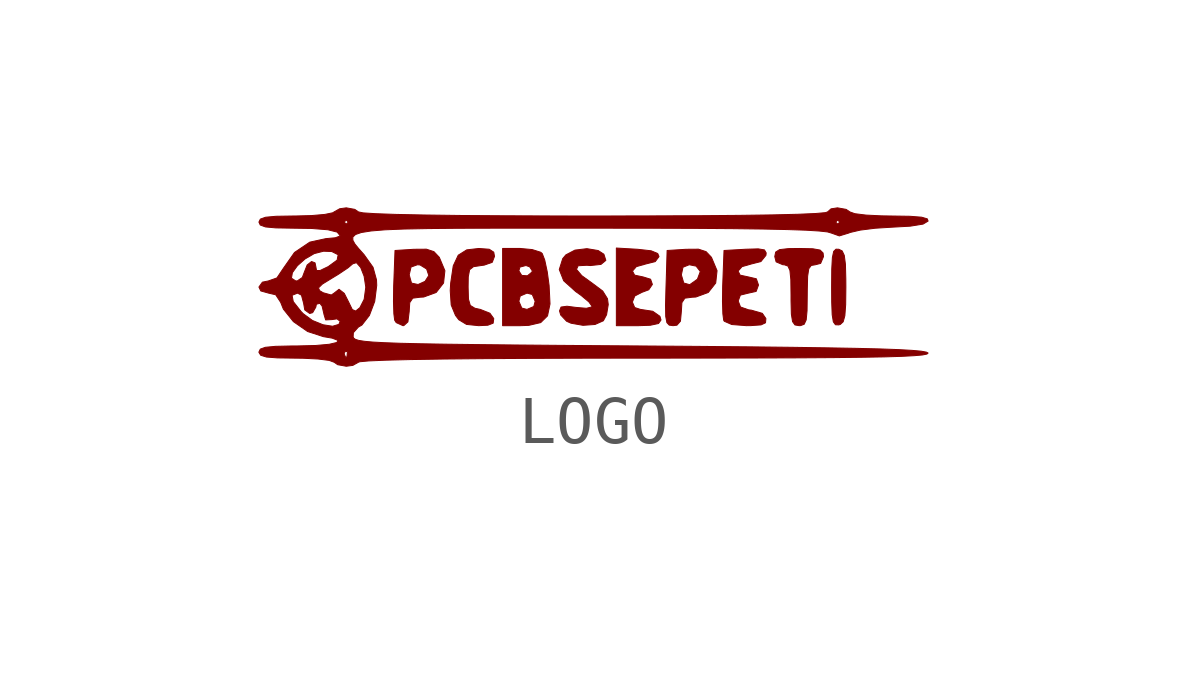
<source format=kicad_sym>
(kicad_symbol_lib
  (version 20210619)
  (generator bitmap2component)
  (symbol "LOGO"
    (pin_names
      (offset 1.016))
    (property "Reference" "#G"
      (at 0 6.816 0)
      (effects (font (size 1.27 1.27)) hide))
    (symbol "LOGO_0_0"
      (polyline (pts (xy -4.985 -1.675) (xy -4.868 -1.609) (xy -4.839 -1.599) (xy -4.654 -1.582) (xy -4.305 -1.567) (xy -3.793 -1.554) (xy -3.121 -1.543) (xy -2.291 -1.535) (xy -1.308 -1.529) (xy -0.172 -1.525) (xy 1.113 -1.524) (xy 1.263 -1.524) (xy 2.43 -1.523) (xy 3.438 -1.521) (xy 4.298 -1.518) (xy 5.02 -1.513) (xy 5.612 -1.506) (xy 6.085 -1.498) (xy 6.449 -1.487) (xy 6.713 -1.473) (xy 6.888 -1.458) (xy 6.982 -1.439) (xy 7.006 -1.418) (xy 6.972 -1.399) (xy 6.863 -1.379) (xy 6.672 -1.362) (xy 6.389 -1.346) (xy 6.004 -1.332) (xy 5.506 -1.32) (xy 4.888 -1.309) (xy 4.139 -1.298) (xy 3.249 -1.288) (xy 2.21 -1.279) (xy 1.01 -1.27) (xy 0.291 -1.265) (xy -0.762 -1.257) (xy -1.665 -1.249) (xy -2.429 -1.241) (xy -3.065 -1.233) (xy -3.585 -1.224) (xy -4.002 -1.214) (xy -4.326 -1.202) (xy -4.569 -1.189) (xy -4.743 -1.173) (xy -4.859 -1.155) (xy -4.93 -1.133) (xy -4.966 -1.108) (xy -4.979 -1.079) (xy -4.974 -0.993) (xy -4.871 -0.878) (xy -4.796 -0.834) (xy -4.64 -0.634) (xy -4.529 -0.341) (xy -4.487 -0.007) (xy -4.492 0.108) (xy -4.564 0.37) (xy -4.75 0.632) (xy -4.763 0.647) (xy -4.863 0.759) (xy -4.941 0.854) (xy -4.985 0.934) (xy -4.985 1) (xy -4.929 1.053) (xy -4.807 1.095) (xy -4.605 1.127) (xy -4.314 1.151) (xy -3.922 1.167) (xy -3.417 1.177) (xy -2.788 1.183) (xy -2.023 1.185) (xy -1.113 1.185) (xy -0.044 1.185) (xy 0.174 1.185) (xy 1.252 1.184) (xy 2.172 1.181) (xy 2.943 1.175) (xy 3.576 1.167) (xy 4.079 1.156) (xy 4.463 1.143) (xy 4.736 1.126) (xy 4.909 1.107) (xy 4.991 1.083) (xy 5.156 1.024) (xy 5.35 1.083) (xy 5.382 1.096) (xy 5.593 1.145) (xy 5.903 1.184) (xy 6.258 1.206) (xy 6.633 1.227) (xy 6.901 1.27) (xy 7.006 1.333) (xy 6.99 1.379) (xy 6.872 1.414) (xy 6.628 1.433) (xy 6.235 1.439) (xy 6.035 1.442) (xy 5.712 1.458) (xy 5.479 1.487) (xy 5.376 1.524) (xy 5.297 1.577) (xy 5.117 1.609) (xy 4.983 1.588) (xy 4.911 1.524) (xy 4.868 1.509) (xy 4.665 1.491) (xy 4.296 1.475) (xy 3.764 1.462) (xy 3.071 1.452) (xy 2.219 1.445) (xy 1.21 1.441) (xy 0.047 1.439) (xy -0.832 1.44) (xy -1.87 1.444) (xy -2.76 1.45) (xy -3.499 1.46) (xy -4.083 1.472) (xy -4.508 1.487) (xy -4.771 1.504) (xy -4.868 1.524) (xy -4.945 1.577) (xy -5.122 1.609) (xy -5.259 1.59) (xy -5.376 1.524) (xy -5.404 1.506) (xy -5.569 1.472) (xy -5.843 1.448) (xy -6.186 1.439) (xy -6.234 1.439) (xy -6.587 1.433) (xy -6.804 1.413) (xy -6.913 1.374) (xy -6.943 1.312) (xy -5.165 1.312) (xy -5.122 1.355) (xy -5.08 1.312) (xy 5.08 1.312) (xy 5.122 1.355) (xy 5.165 1.312) (xy 5.122 1.27) (xy 5.08 1.312) (xy -5.08 1.312) (xy -5.122 1.27) (xy -5.165 1.312) (xy -6.943 1.312) (xy -6.915 1.251) (xy -6.806 1.211) (xy -6.588 1.191) (xy -6.23 1.185) (xy -5.842 1.179) (xy -5.504 1.152) (xy -5.311 1.103) (xy -5.25 1.028) (xy -5.252 1.021) (xy -5.351 0.985) (xy -5.548 0.967) (xy -5.882 0.894) (xy -6.201 0.679) (xy -6.429 0.354) (xy -6.567 0.149) (xy -6.582 0.143) (xy -6.265 0.143) (xy -6.245 0.258) (xy -6.141 0.402) (xy -5.981 0.544) (xy -5.79 0.655) (xy -5.596 0.705) (xy -5.424 0.698) (xy -5.291 0.631) (xy -5.313 0.519) (xy -5.498 0.384) (xy -5.668 0.303) (xy -5.742 0.302) (xy -5.757 0.386) (xy -5.773 0.462) (xy -5.846 0.49) (xy -5.937 0.418) (xy -5.996 0.269) (xy -6.038 0.157) (xy -6.144 0.085) (xy -6.176 0.086) (xy -6.265 0.143) (xy -6.582 0.143) (xy -6.746 0.085) (xy -6.87 0.06) (xy -6.943 -0.042) (xy -6.934 -0.06) (xy -5.702 -0.06) (xy -5.62 0.02) (xy -5.408 0.15) (xy -5.277 0.23) (xy -5.085 0.359) (xy -4.988 0.442) (xy -4.91 0.466) (xy -4.822 0.366) (xy -4.75 0.183) (xy -4.716 -0.041) (xy -4.716 -0.051) (xy -4.749 -0.297) (xy -4.839 -0.473) (xy -4.926 -0.542) (xy -4.996 -0.512) (xy -5.078 -0.344) (xy -5.164 -0.174) (xy -5.273 -0.089) (xy -5.377 -0.17) (xy -5.434 -0.208) (xy -5.603 -0.161) (xy -5.676 -0.118) (xy -5.702 -0.06) (xy -6.934 -0.06) (xy -6.904 -0.123) (xy -6.74 -0.169) (xy -6.593 -0.203) (xy -6.586 -0.214) (xy -6.252 -0.214) (xy -6.138 -0.169) (xy -6.056 -0.211) (xy -6.011 -0.381) (xy -5.987 -0.519) (xy -5.884 -0.593) (xy -5.823 -0.576) (xy -5.757 -0.461) (xy -5.745 -0.4) (xy -5.673 -0.381) (xy -5.626 -0.439) (xy -5.588 -0.603) (xy -5.588 -0.607) (xy -5.552 -0.727) (xy -5.419 -0.72) (xy -5.315 -0.705) (xy -5.249 -0.756) (xy -5.276 -0.82) (xy -5.407 -0.859) (xy -5.607 -0.828) (xy -5.827 -0.739) (xy -6.018 -0.599) (xy -6.064 -0.552) (xy -6.227 -0.345) (xy -6.252 -0.214) (xy -6.586 -0.214) (xy -6.489 -0.362) (xy -6.433 -0.502) (xy -6.224 -0.763) (xy -5.928 -0.969) (xy -5.599 -1.076) (xy -5.416 -1.107) (xy -5.294 -1.154) (xy -5.319 -1.198) (xy -5.478 -1.235) (xy -5.757 -1.26) (xy -6.143 -1.27) (xy -6.253 -1.27) (xy -6.597 -1.278) (xy -6.808 -1.298) (xy -6.914 -1.336) (xy -6.943 -1.397) (xy -6.942 -1.405) (xy -6.921 -1.439) (xy -5.165 -1.439) (xy -5.159 -1.395) (xy -5.108 -1.383) (xy -5.098 -1.395) (xy -5.108 -1.496) (xy -5.134 -1.509) (xy -5.165 -1.439) (xy -6.921 -1.439) (xy -6.905 -1.464) (xy -6.786 -1.501) (xy -6.556 -1.519) (xy -6.186 -1.524) (xy -6.027 -1.526) (xy -5.71 -1.542) (xy -5.479 -1.571) (xy -5.376 -1.609) (xy -5.3 -1.661) (xy -5.122 -1.693) (xy -4.985 -1.675)) (stroke (width 0.01)) (fill (type outline)))
      (polyline (pts (xy -3.923 -0.846) (xy -3.837 -0.768) (xy -3.81 -0.55) (xy -3.799 -0.367) (xy -3.736 -0.274) (xy -3.584 -0.254) (xy -3.508 -0.25) (xy -3.247 -0.154) (xy -3.094 0.042) (xy -3.066 0.299) (xy -3.183 0.578) (xy -3.295 0.696) (xy -3.451 0.747) (xy -3.712 0.745) (xy -4.106 0.72) (xy -4.125 0.212) (xy -3.81 0.212) (xy -3.772 0.375) (xy -3.638 0.423) (xy -3.583 0.418) (xy -3.447 0.334) (xy -3.402 0.199) (xy -3.48 0.077) (xy -3.625 0.011) (xy -3.762 0.04) (xy -3.81 0.212) (xy -4.125 0.212) (xy -4.131 0.05) (xy -4.134 -0.022) (xy -4.138 -0.345) (xy -4.13 -0.599) (xy -4.113 -0.733) (xy -4.081 -0.783) (xy -3.94 -0.847) (xy -3.923 -0.846)) (stroke (width 0.01)) (fill (type outline)))
      (polyline (pts (xy -2.171 -0.838) (xy -2.06 -0.795) (xy -2.048 -0.699) (xy -2.128 -0.588) (xy -2.329 -0.508) (xy -2.441 -0.484) (xy -2.537 -0.425) (xy -2.575 -0.294) (xy -2.582 -0.042) (xy -2.579 0.17) (xy -2.551 0.319) (xy -2.47 0.383) (xy -2.307 0.407) (xy -2.247 0.415) (xy -2.079 0.474) (xy -2.032 0.598) (xy -2.048 0.685) (xy -2.142 0.746) (xy -2.36 0.762) (xy -2.611 0.733) (xy -2.788 0.622) (xy -2.892 0.4) (xy -2.946 0.038) (xy -2.955 -0.115) (xy -2.935 -0.416) (xy -2.845 -0.634) (xy -2.776 -0.724) (xy -2.616 -0.821) (xy -2.362 -0.847) (xy -2.171 -0.838)) (stroke (width 0.01)) (fill (type outline)))
      (polyline (pts (xy -1.319 -0.841) (xy -1.069 -0.783) (xy -0.927 -0.643) (xy -0.875 -0.394) (xy -0.894 -0.01) (xy -0.932 0.273) (xy -0.985 0.521) (xy -1.037 0.656) (xy -1.069 0.683) (xy -1.246 0.739) (xy -1.492 0.762) (xy -1.863 0.762) (xy -1.863 0.296) (xy -1.524 0.296) (xy -1.502 0.374) (xy -1.376 0.407) (xy -1.299 0.379) (xy -1.244 0.295) (xy -1.253 0.269) (xy -1.346 0.192) (xy -1.465 0.201) (xy -1.524 0.296) (xy -1.863 0.296) (xy -1.863 -0.339) (xy -1.524 -0.339) (xy -1.496 -0.229) (xy -1.355 -0.169) (xy -1.245 -0.197) (xy -1.185 -0.339) (xy -1.213 -0.448) (xy -1.355 -0.508) (xy -1.464 -0.48) (xy -1.524 -0.339) (xy -1.863 -0.339) (xy -1.863 -0.847) (xy -1.488 -0.847) (xy -1.319 -0.841)) (stroke (width 0.01)) (fill (type outline)))
      (polyline (pts (xy 0.064 -0.822) (xy 0.237 -0.745) (xy 0.304 -0.619) (xy 0.339 -0.407) (xy 0.323 -0.285) (xy 0.224 -0.126) (xy 0 0.042) (xy -0.212 0.195) (xy -0.323 0.326) (xy -0.288 0.402) (xy -0.106 0.412) (xy -0.034 0.406) (xy 0.187 0.43) (xy 0.289 0.514) (xy 0.248 0.642) (xy 0.129 0.719) (xy -0.105 0.758) (xy -0.355 0.728) (xy -0.544 0.629) (xy -0.61 0.551) (xy -0.682 0.323) (xy -0.59 0.089) (xy -0.339 -0.137) (xy -0.23 -0.214) (xy -0.065 -0.352) (xy 0 -0.442) (xy -0.006 -0.457) (xy -0.117 -0.485) (xy -0.339 -0.466) (xy -0.521 -0.442) (xy -0.645 -0.459) (xy -0.677 -0.539) (xy -0.652 -0.625) (xy -0.529 -0.755) (xy -0.437 -0.796) (xy -0.187 -0.84) (xy 0.064 -0.822)) (stroke (width 0.01)) (fill (type outline)))
      (polyline (pts (xy 1.214 -0.839) (xy 1.387 -0.802) (xy 1.439 -0.729) (xy 1.416 -0.652) (xy 1.266 -0.547) (xy 1.009 -0.508) (xy 0.89 -0.469) (xy 0.842 -0.355) (xy 0.892 -0.229) (xy 1.036 -0.154) (xy 1.183 -0.099) (xy 1.259 0.013) (xy 1.221 0.121) (xy 1.065 0.169) (xy 0.889 0.206) (xy 0.844 0.291) (xy 0.924 0.383) (xy 1.122 0.439) (xy 1.318 0.488) (xy 1.397 0.593) (xy 1.37 0.657) (xy 1.232 0.714) (xy 0.953 0.745) (xy 0.508 0.771) (xy 0.508 -0.847) (xy 0.974 -0.847) (xy 1.214 -0.839)) (stroke (width 0.01)) (fill (type outline)))
      (polyline (pts (xy 1.771 -0.837) (xy 1.844 -0.754) (xy 1.863 -0.55) (xy 1.874 -0.367) (xy 1.936 -0.274) (xy 2.089 -0.254) (xy 2.165 -0.25) (xy 2.425 -0.154) (xy 2.579 0.042) (xy 2.607 0.299) (xy 2.49 0.578) (xy 2.378 0.696) (xy 2.221 0.747) (xy 1.961 0.745) (xy 1.566 0.72) (xy 1.551 0.212) (xy 1.863 0.212) (xy 1.897 0.371) (xy 2.027 0.423) (xy 2.171 0.394) (xy 2.258 0.282) (xy 2.198 0.123) (xy 2.194 0.119) (xy 2.037 0.007) (xy 1.913 0.042) (xy 1.863 0.212) (xy 1.551 0.212) (xy 1.542 -0.064) (xy 1.533 -0.421) (xy 1.537 -0.655) (xy 1.561 -0.783) (xy 1.61 -0.836) (xy 1.69 -0.847) (xy 1.771 -0.837)) (stroke (width 0.01)) (fill (type outline)))
      (polyline (pts (xy 3.31 -0.846) (xy 3.524 -0.831) (xy 3.617 -0.787) (xy 3.625 -0.699) (xy 3.55 -0.59) (xy 3.322 -0.524) (xy 3.264 -0.517) (xy 3.096 -0.458) (xy 3.048 -0.333) (xy 3.093 -0.21) (xy 3.26 -0.169) (xy 3.422 -0.133) (xy 3.471 0) (xy 3.426 0.13) (xy 3.26 0.169) (xy 3.088 0.206) (xy 3.046 0.291) (xy 3.127 0.383) (xy 3.322 0.439) (xy 3.521 0.489) (xy 3.626 0.619) (xy 3.631 0.67) (xy 3.595 0.732) (xy 3.465 0.754) (xy 3.203 0.746) (xy 2.752 0.72) (xy 2.727 0.05) (xy 2.724 -0.022) (xy 2.72 -0.345) (xy 2.728 -0.599) (xy 2.745 -0.733) (xy 2.758 -0.755) (xy 2.913 -0.823) (xy 3.221 -0.847) (xy 3.31 -0.846)) (stroke (width 0.01)) (fill (type outline)))
      (polyline (pts (xy 4.348 -0.846) (xy 4.423 -0.818) (xy 4.465 -0.727) (xy 4.483 -0.536) (xy 4.487 -0.212) (xy 4.488 -0.097) (xy 4.495 0.183) (xy 4.519 0.34) (xy 4.57 0.408) (xy 4.657 0.423) (xy 4.766 0.451) (xy 4.826 0.593) (xy 4.817 0.668) (xy 4.755 0.729) (xy 4.602 0.756) (xy 4.318 0.762) (xy 4.093 0.759) (xy 3.91 0.738) (xy 3.829 0.687) (xy 3.81 0.593) (xy 3.838 0.483) (xy 3.979 0.423) (xy 4.01 0.422) (xy 4.085 0.395) (xy 4.126 0.303) (xy 4.145 0.113) (xy 4.149 -0.212) (xy 4.149 -0.326) (xy 4.156 -0.606) (xy 4.181 -0.763) (xy 4.231 -0.832) (xy 4.318 -0.847) (xy 4.348 -0.846)) (stroke (width 0.01)) (fill (type outline)))
      (polyline (pts (xy 5.177 -0.821) (xy 5.236 -0.766) (xy 5.271 -0.64) (xy 5.288 -0.409) (xy 5.292 -0.042) (xy 5.291 0.127) (xy 5.283 0.434) (xy 5.259 0.618) (xy 5.215 0.711) (xy 5.144 0.746) (xy 5.086 0.747) (xy 5.038 0.701) (xy 5.011 0.573) (xy 4.998 0.335) (xy 4.995 -0.042) (xy 4.997 -0.357) (xy 5.007 -0.621) (xy 5.031 -0.767) (xy 5.075 -0.828) (xy 5.144 -0.831) (xy 5.177 -0.821)) (stroke (width 0.01)) (fill (type outline))))))
</source>
